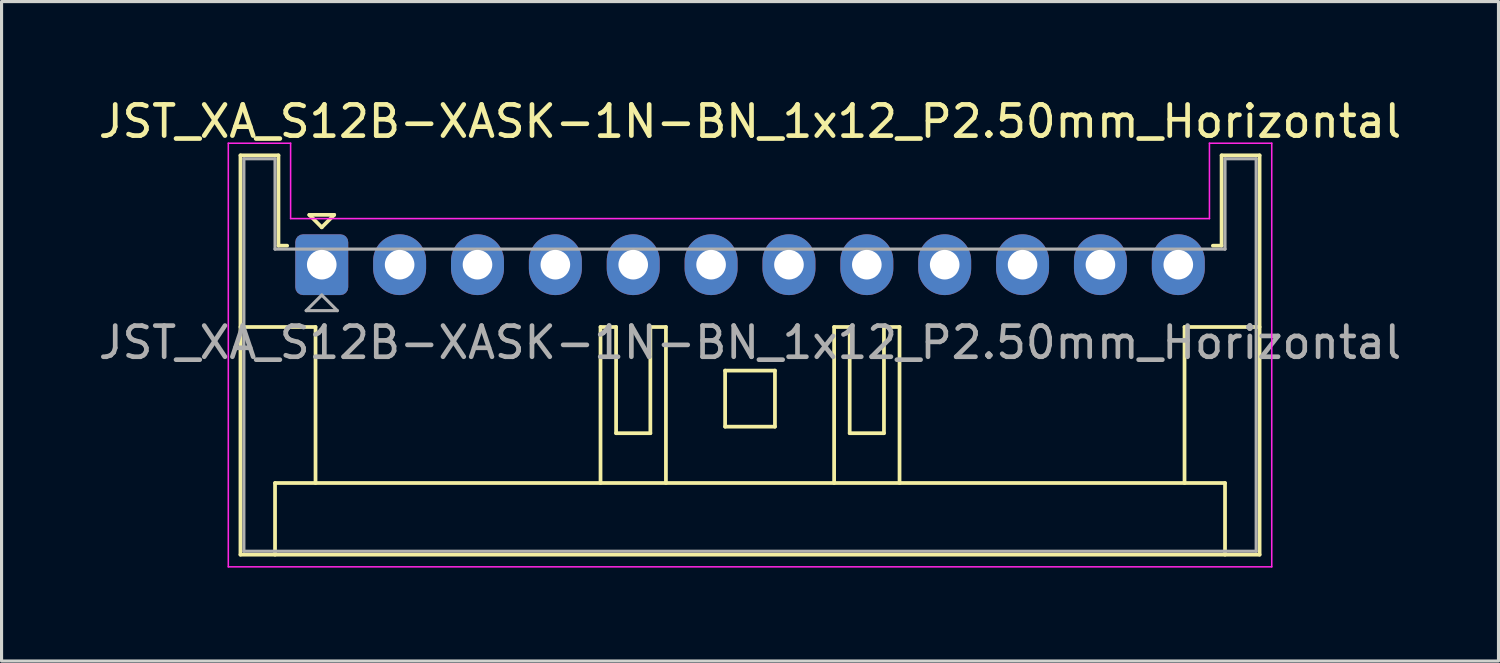
<source format=kicad_pcb>
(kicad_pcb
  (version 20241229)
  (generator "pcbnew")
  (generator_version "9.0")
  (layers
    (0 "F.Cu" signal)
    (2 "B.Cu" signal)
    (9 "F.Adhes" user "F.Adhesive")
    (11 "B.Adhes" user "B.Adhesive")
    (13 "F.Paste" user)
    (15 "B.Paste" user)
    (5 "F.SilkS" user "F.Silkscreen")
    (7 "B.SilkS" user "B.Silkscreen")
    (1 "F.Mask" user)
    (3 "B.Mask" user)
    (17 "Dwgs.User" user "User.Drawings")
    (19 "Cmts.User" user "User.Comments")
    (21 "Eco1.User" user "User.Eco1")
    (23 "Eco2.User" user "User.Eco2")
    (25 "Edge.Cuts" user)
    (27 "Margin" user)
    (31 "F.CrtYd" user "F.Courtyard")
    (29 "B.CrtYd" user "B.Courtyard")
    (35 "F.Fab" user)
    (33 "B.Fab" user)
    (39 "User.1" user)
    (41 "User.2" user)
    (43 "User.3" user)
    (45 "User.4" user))
  (footprint "JST_XA_S12B-XASK-1N-BN_1x12_P2.50mm_Horizontal"
    (layer "F.Cu")
    (at 7.28 5.448)
    (property "Reference" "JST_XA_S12B-XASK-1N-BN_1x12_P2.50mm_Horizontal" (at 13.75 -4.6 0) (layer "F.SilkS") (effects (font (size 1 1) (thickness 0.15))))
    (attr through_hole)
    (fp_line (start -2.61 -3.51) (end -2.61 9.31) (stroke (width 0.12) (type solid)) (layer "F.SilkS"))
    (fp_line (start -2.61 9.31) (end 30.11 9.31) (stroke (width 0.12) (type solid)) (layer "F.SilkS"))
    (fp_line (start -1.5 7.01) (end 29 7.01) (stroke (width 0.12) (type solid)) (layer "F.SilkS"))
    (fp_line (start -1.5 9.31) (end -1.5 7.01) (stroke (width 0.12) (type solid)) (layer "F.SilkS"))
    (fp_line (start -1.39 -3.51) (end -2.61 -3.51) (stroke (width 0.12) (type solid)) (layer "F.SilkS"))
    (fp_line (start -1.39 -0.61) (end -1.39 -3.51) (stroke (width 0.12) (type solid)) (layer "F.SilkS"))
    (fp_line (start -1.11 -0.61) (end -1.39 -0.61) (stroke (width 0.12) (type solid)) (layer "F.SilkS"))
    (fp_line (start -0.4 -1.6) (end 0.4 -1.6) (stroke (width 0.12) (type solid)) (layer "F.SilkS"))
    (fp_line (start -0.2 2) (end -2.61 2) (stroke (width 0.12) (type solid)) (layer "F.SilkS"))
    (fp_line (start -0.2 7.01) (end -0.2 2) (stroke (width 0.12) (type solid)) (layer "F.SilkS"))
    (fp_line (start 0 -1.2) (end -0.4 -1.6) (stroke (width 0.12) (type solid)) (layer "F.SilkS"))
    (fp_line (start 0.4 -1.6) (end 0 -1.2) (stroke (width 0.12) (type solid)) (layer "F.SilkS"))
    (fp_line (start 8.95 2) (end 8.95 7.01) (stroke (width 0.12) (type solid)) (layer "F.SilkS"))
    (fp_line (start 9.45 2) (end 8.95 2) (stroke (width 0.12) (type solid)) (layer "F.SilkS"))
    (fp_line (start 9.45 5.41) (end 9.45 2) (stroke (width 0.12) (type solid)) (layer "F.SilkS"))
    (fp_line (start 10.55 2) (end 10.55 5.41) (stroke (width 0.12) (type solid)) (layer "F.SilkS"))
    (fp_line (start 10.55 5.41) (end 9.45 5.41) (stroke (width 0.12) (type solid)) (layer "F.SilkS"))
    (fp_line (start 11.05 2) (end 10.55 2) (stroke (width 0.12) (type solid)) (layer "F.SilkS"))
    (fp_line (start 11.05 7.01) (end 11.05 2) (stroke (width 0.12) (type solid)) (layer "F.SilkS"))
    (fp_line (start 12.95 3.4) (end 14.55 3.4) (stroke (width 0.12) (type solid)) (layer "F.SilkS"))
    (fp_line (start 12.95 5.2) (end 12.95 3.4) (stroke (width 0.12) (type solid)) (layer "F.SilkS"))
    (fp_line (start 14.55 3.4) (end 14.55 5.2) (stroke (width 0.12) (type solid)) (layer "F.SilkS"))
    (fp_line (start 14.55 5.2) (end 12.95 5.2) (stroke (width 0.12) (type solid)) (layer "F.SilkS"))
    (fp_line (start 16.45 2) (end 16.95 2) (stroke (width 0.12) (type solid)) (layer "F.SilkS"))
    (fp_line (start 16.45 7.01) (end 16.45 2) (stroke (width 0.12) (type solid)) (layer "F.SilkS"))
    (fp_line (start 16.95 2) (end 16.95 5.41) (stroke (width 0.12) (type solid)) (layer "F.SilkS"))
    (fp_line (start 16.95 5.41) (end 18.05 5.41) (stroke (width 0.12) (type solid)) (layer "F.SilkS"))
    (fp_line (start 18.05 2) (end 18.55 2) (stroke (width 0.12) (type solid)) (layer "F.SilkS"))
    (fp_line (start 18.05 5.41) (end 18.05 2) (stroke (width 0.12) (type solid)) (layer "F.SilkS"))
    (fp_line (start 18.55 2) (end 18.55 7.01) (stroke (width 0.12) (type solid)) (layer "F.SilkS"))
    (fp_line (start 27.7 2) (end 30.11 2) (stroke (width 0.12) (type solid)) (layer "F.SilkS"))
    (fp_line (start 27.7 7.01) (end 27.7 2) (stroke (width 0.12) (type solid)) (layer "F.SilkS"))
    (fp_line (start 28.89 -3.51) (end 28.89 -0.61) (stroke (width 0.12) (type solid)) (layer "F.SilkS"))
    (fp_line (start 28.89 -0.61) (end 28.61 -0.61) (stroke (width 0.12) (type solid)) (layer "F.SilkS"))
    (fp_line (start 29 7.01) (end 29 9.31) (stroke (width 0.12) (type solid)) (layer "F.SilkS"))
    (fp_line (start 30.11 -3.51) (end 28.89 -3.51) (stroke (width 0.12) (type solid)) (layer "F.SilkS"))
    (fp_line (start 30.11 9.31) (end 30.11 -3.51) (stroke (width 0.12) (type solid)) (layer "F.SilkS"))
    (fp_line (start -3 -3.9) (end -1 -3.9) (stroke (width 0.05) (type solid)) (layer "F.CrtYd"))
    (fp_line (start -3 9.7) (end -3 -3.9) (stroke (width 0.05) (type solid)) (layer "F.CrtYd"))
    (fp_line (start -1 -3.9) (end -1 -1.48) (stroke (width 0.05) (type solid)) (layer "F.CrtYd"))
    (fp_line (start -1 -1.48) (end 28.5 -1.48) (stroke (width 0.05) (type solid)) (layer "F.CrtYd"))
    (fp_line (start 28.5 -3.9) (end 30.5 -3.9) (stroke (width 0.05) (type solid)) (layer "F.CrtYd"))
    (fp_line (start 28.5 -1.48) (end 28.5 -3.9) (stroke (width 0.05) (type solid)) (layer "F.CrtYd"))
    (fp_line (start 30.5 -3.9) (end 30.5 9.7) (stroke (width 0.05) (type solid)) (layer "F.CrtYd"))
    (fp_line (start 30.5 9.7) (end -3 9.7) (stroke (width 0.05) (type solid)) (layer "F.CrtYd"))
    (fp_line (start -2.5 -3.4) (end -2.5 9.2) (stroke (width 0.1) (type solid)) (layer "F.Fab"))
    (fp_line (start -2.5 9.2) (end 30 9.2) (stroke (width 0.1) (type solid)) (layer "F.Fab"))
    (fp_line (start -1.5 -3.4) (end -2.5 -3.4) (stroke (width 0.1) (type solid)) (layer "F.Fab"))
    (fp_line (start -1.5 -0.5) (end -1.5 -3.4) (stroke (width 0.1) (type solid)) (layer "F.Fab"))
    (fp_line (start -0.5 1.475) (end 0.5 1.475) (stroke (width 0.1) (type solid)) (layer "F.Fab"))
    (fp_line (start 0 0.975) (end -0.5 1.475) (stroke (width 0.1) (type solid)) (layer "F.Fab"))
    (fp_line (start 0.5 1.475) (end 0 0.975) (stroke (width 0.1) (type solid)) (layer "F.Fab"))
    (fp_line (start 29 -3.4) (end 29 -0.5) (stroke (width 0.1) (type solid)) (layer "F.Fab"))
    (fp_line (start 29 -0.5) (end -1.5 -0.5) (stroke (width 0.1) (type solid)) (layer "F.Fab"))
    (fp_line (start 30 -3.4) (end 29 -3.4) (stroke (width 0.1) (type solid)) (layer "F.Fab"))
    (fp_line (start 30 9.2) (end 30 -3.4) (stroke (width 0.1) (type solid)) (layer "F.Fab"))
    (fp_text user "${REFERENCE}" (at 13.75 2.5 0) (layer "F.Fab") (effects (font (size 1 1) (thickness 0.15))))
    (pad "1" thru_hole roundrect (at 0 0) (size 1.7 1.95) (drill 0.95) (layers "*.Cu" "*.Mask") (roundrect_rratio 0.147))
    (pad "2" thru_hole oval (at 2.5 0) (size 1.7 1.95) (drill 0.95) (layers "*.Cu" "*.Mask"))
    (pad "3" thru_hole oval (at 5 0) (size 1.7 1.95) (drill 0.95) (layers "*.Cu" "*.Mask"))
    (pad "4" thru_hole oval (at 7.5 0) (size 1.7 1.95) (drill 0.95) (layers "*.Cu" "*.Mask"))
    (pad "5" thru_hole oval (at 10 0) (size 1.7 1.95) (drill 0.95) (layers "*.Cu" "*.Mask"))
    (pad "6" thru_hole oval (at 12.5 0) (size 1.7 1.95) (drill 0.95) (layers "*.Cu" "*.Mask"))
    (pad "7" thru_hole oval (at 15 0) (size 1.7 1.95) (drill 0.95) (layers "*.Cu" "*.Mask"))
    (pad "8" thru_hole oval (at 17.5 0) (size 1.7 1.95) (drill 0.95) (layers "*.Cu" "*.Mask"))
    (pad "9" thru_hole oval (at 20 0) (size 1.7 1.95) (drill 0.95) (layers "*.Cu" "*.Mask"))
    (pad "10" thru_hole oval (at 22.5 0) (size 1.7 1.95) (drill 0.95) (layers "*.Cu" "*.Mask"))
    (pad "11" thru_hole oval (at 25 0) (size 1.7 1.95) (drill 0.95) (layers "*.Cu" "*.Mask"))
    (pad "12" thru_hole oval (at 27.5 0) (size 1.7 1.95) (drill 0.95) (layers "*.Cu" "*.Mask")))
  (gr_rect
    (start -3 -3)
    (end 45.06 18.173)
    (stroke (width 0.1) (type default))
    (fill no)
    (layer "Edge.Cuts")))
</source>
